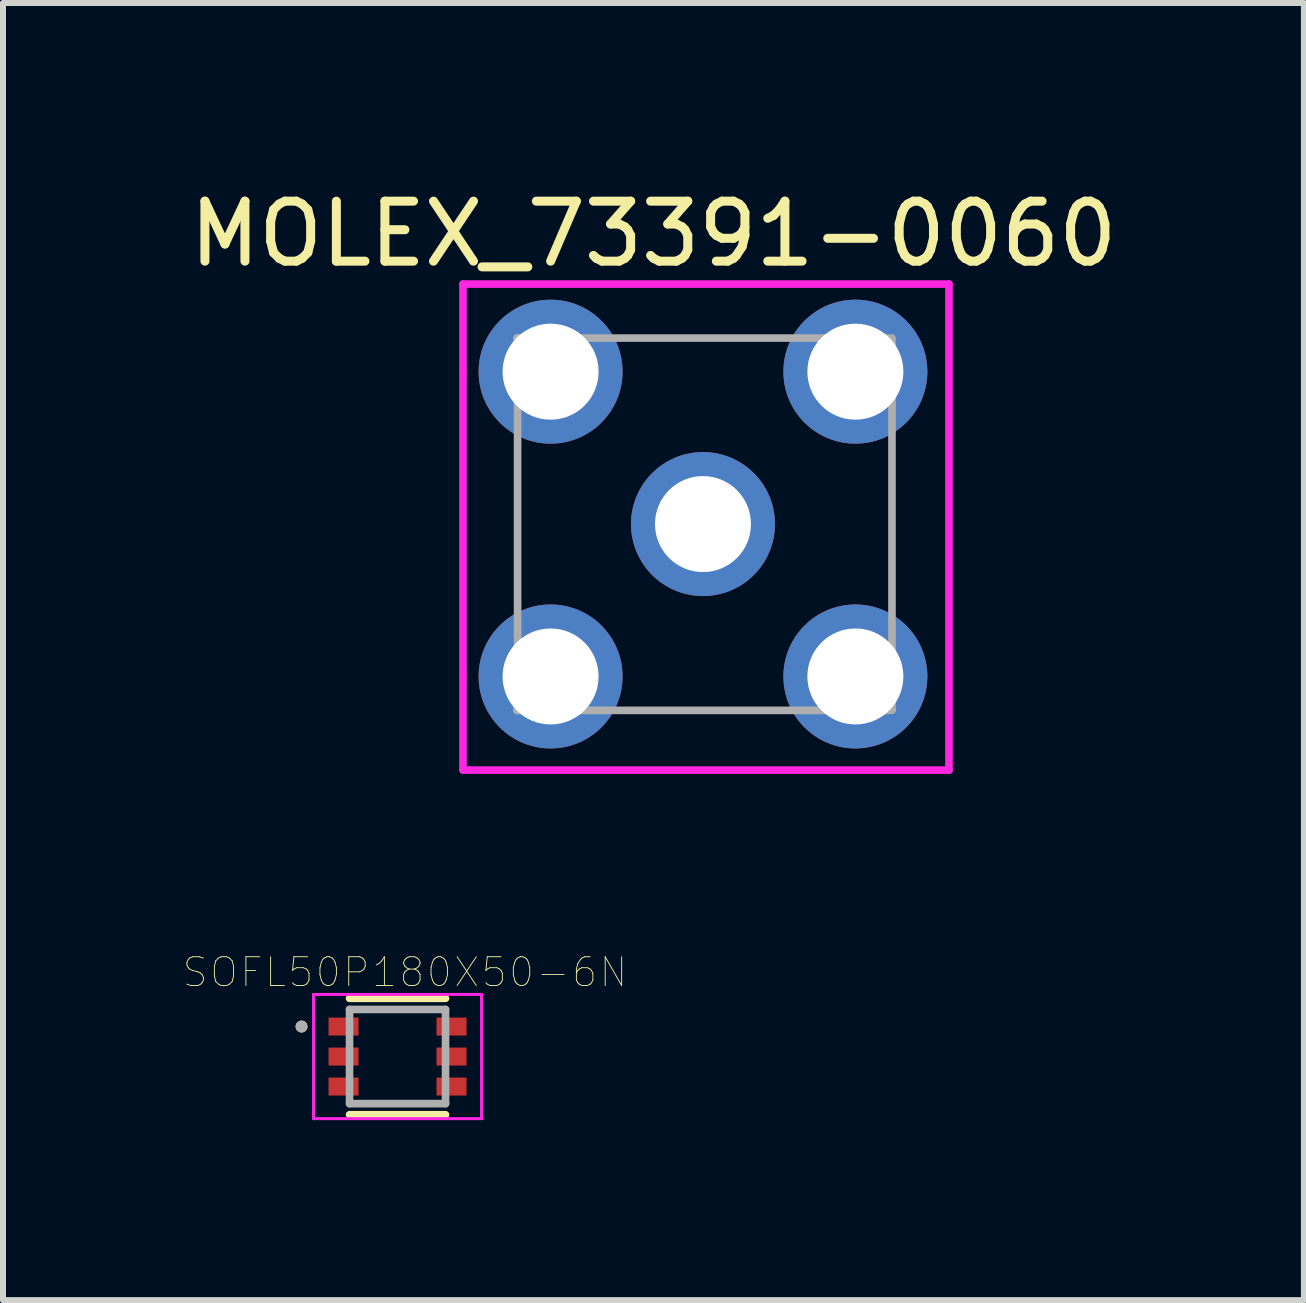
<source format=kicad_pcb>
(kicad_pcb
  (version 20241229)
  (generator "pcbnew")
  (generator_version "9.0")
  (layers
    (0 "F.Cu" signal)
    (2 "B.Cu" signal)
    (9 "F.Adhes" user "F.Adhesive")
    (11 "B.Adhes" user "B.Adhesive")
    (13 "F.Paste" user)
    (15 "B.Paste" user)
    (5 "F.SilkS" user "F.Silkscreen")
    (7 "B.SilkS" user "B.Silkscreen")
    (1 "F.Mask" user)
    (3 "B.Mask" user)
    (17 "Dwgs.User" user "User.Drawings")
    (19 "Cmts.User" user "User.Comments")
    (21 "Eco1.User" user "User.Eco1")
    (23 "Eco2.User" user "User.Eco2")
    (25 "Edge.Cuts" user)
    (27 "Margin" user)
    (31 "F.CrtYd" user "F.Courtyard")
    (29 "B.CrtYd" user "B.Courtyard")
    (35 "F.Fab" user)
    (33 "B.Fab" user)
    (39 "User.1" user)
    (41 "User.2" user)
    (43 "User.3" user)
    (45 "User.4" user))
  (footprint "SOFL50P180X50-6N"
    (layer "F.Cu")
    (at 3.576 14.56)
    (property "Reference" "SOFL50P180X50-6N" (at 0.124 -1.405 0) (layer "F.SilkS") (effects (font (size 0.48 0.48) (thickness 0.015))))
    (attr through_hole)
    (fp_line (start -0.8 -0.97) (end 0.8 -0.97) (stroke (width 0.127) (type solid)) (layer "F.SilkS"))
    (fp_line (start -0.8 0.97) (end 0.8 0.97) (stroke (width 0.127) (type solid)) (layer "F.SilkS"))
    (fp_circle (center -1.6 -0.5) (end -1.55 -0.5) (stroke (width 0.1) (type solid)) (fill no) (layer "F.SilkS"))
    (fp_line (start -1.4 -1.035) (end -1.4 1.035) (stroke (width 0.05) (type solid)) (layer "F.CrtYd"))
    (fp_line (start -1.4 1.035) (end 1.4 1.035) (stroke (width 0.05) (type solid)) (layer "F.CrtYd"))
    (fp_line (start 1.4 -1.035) (end -1.4 -1.035) (stroke (width 0.05) (type solid)) (layer "F.CrtYd"))
    (fp_line (start 1.4 1.035) (end 1.4 -1.035) (stroke (width 0.05) (type solid)) (layer "F.CrtYd"))
    (fp_line (start -0.8 -0.785) (end 0.8 -0.785) (stroke (width 0.127) (type solid)) (layer "F.Fab"))
    (fp_line (start -0.8 0.785) (end -0.8 -0.785) (stroke (width 0.127) (type solid)) (layer "F.Fab"))
    (fp_line (start 0.8 -0.785) (end 0.8 0.785) (stroke (width 0.127) (type solid)) (layer "F.Fab"))
    (fp_line (start 0.8 0.785) (end -0.8 0.785) (stroke (width 0.127) (type solid)) (layer "F.Fab"))
    (fp_circle (center -1.6 -0.5) (end -1.55 -0.5) (stroke (width 0.1) (type solid)) (fill no) (layer "F.Fab"))
    (pad "1" smd rect (at -0.9 -0.5) (size 0.5 0.3) (layers "F.Cu" "F.Mask" "F.Paste"))
    (pad "2" smd rect (at -0.9 0) (size 0.5 0.3) (layers "F.Cu" "F.Mask" "F.Paste"))
    (pad "3" smd rect (at -0.9 0.5) (size 0.5 0.3) (layers "F.Cu" "F.Mask" "F.Paste"))
    (pad "4" smd rect (at 0.9 0.5) (size 0.5 0.3) (layers "F.Cu" "F.Mask" "F.Paste"))
    (pad "5" smd rect (at 0.9 0) (size 0.5 0.3) (layers "F.Cu" "F.Mask" "F.Paste"))
    (pad "6" smd rect (at 0.9 -0.5) (size 0.5 0.3) (layers "F.Cu" "F.Mask" "F.Paste")))
  (footprint "MOLEX_73391-0060"
    (layer "F.Cu")
    (at 8.667 5.685)
    (property "Reference" "MOLEX_73391-0060" (at -0.825 -4.837 0) (layer "F.SilkS") (effects (font (size 1 1) (thickness 0.15))))
    (attr through_hole)
    (fp_line (start -4 -4) (end 4.1 -4) (stroke (width 0.127) (type solid)) (layer "F.CrtYd"))
    (fp_line (start -4 4.1) (end -4 -4) (stroke (width 0.127) (type solid)) (layer "F.CrtYd"))
    (fp_line (start 4.1 -4) (end 4.1 4.1) (stroke (width 0.127) (type solid)) (layer "F.CrtYd"))
    (fp_line (start 4.1 4.1) (end -4 4.1) (stroke (width 0.127) (type solid)) (layer "F.CrtYd"))
    (fp_line (start -3.105 3.105) (end 3.105 3.105) (stroke (width 0.127) (type solid)) (layer "F.Fab"))
    (fp_line (start -3.1 -3.1) (end -3.09 -3.1) (stroke (width 0.127) (type solid)) (layer "F.Fab"))
    (fp_line (start -3.09 -3.1) (end -3.09 3.11) (stroke (width 0.127) (type solid)) (layer "F.Fab"))
    (fp_line (start -3.09 -3.1) (end 3.1 -3.1) (stroke (width 0.127) (type solid)) (layer "F.Fab"))
    (fp_line (start 3.12 3.1) (end 3.15 3.1) (stroke (width 0.127) (type solid)) (layer "F.Fab"))
    (fp_line (start 3.15 3.1) (end 3.15 -3.1) (stroke (width 0.127) (type solid)) (layer "F.Fab"))
    (pad "1" thru_hole circle (at 0 0) (size 2.4 2.4) (drill 1.6) (layers "*.Cu" "*.Mask"))
    (pad "2" thru_hole circle (at -2.54 -2.54) (size 2.4 2.4) (drill 1.6) (layers "*.Cu" "*.Mask"))
    (pad "3" thru_hole circle (at 2.54 -2.54) (size 2.4 2.4) (drill 1.6) (layers "*.Cu" "*.Mask"))
    (pad "4" thru_hole circle (at -2.54 2.54) (size 2.4 2.4) (drill 1.6) (layers "*.Cu" "*.Mask"))
    (pad "5" thru_hole circle (at 2.54 2.54) (size 2.4 2.4) (drill 1.6) (layers "*.Cu" "*.Mask")))
  (gr_rect
    (start -3 -3)
    (end 18.683 18.62)
    (stroke (width 0.1) (type default))
    (fill no)
    (layer "Edge.Cuts")))
</source>
